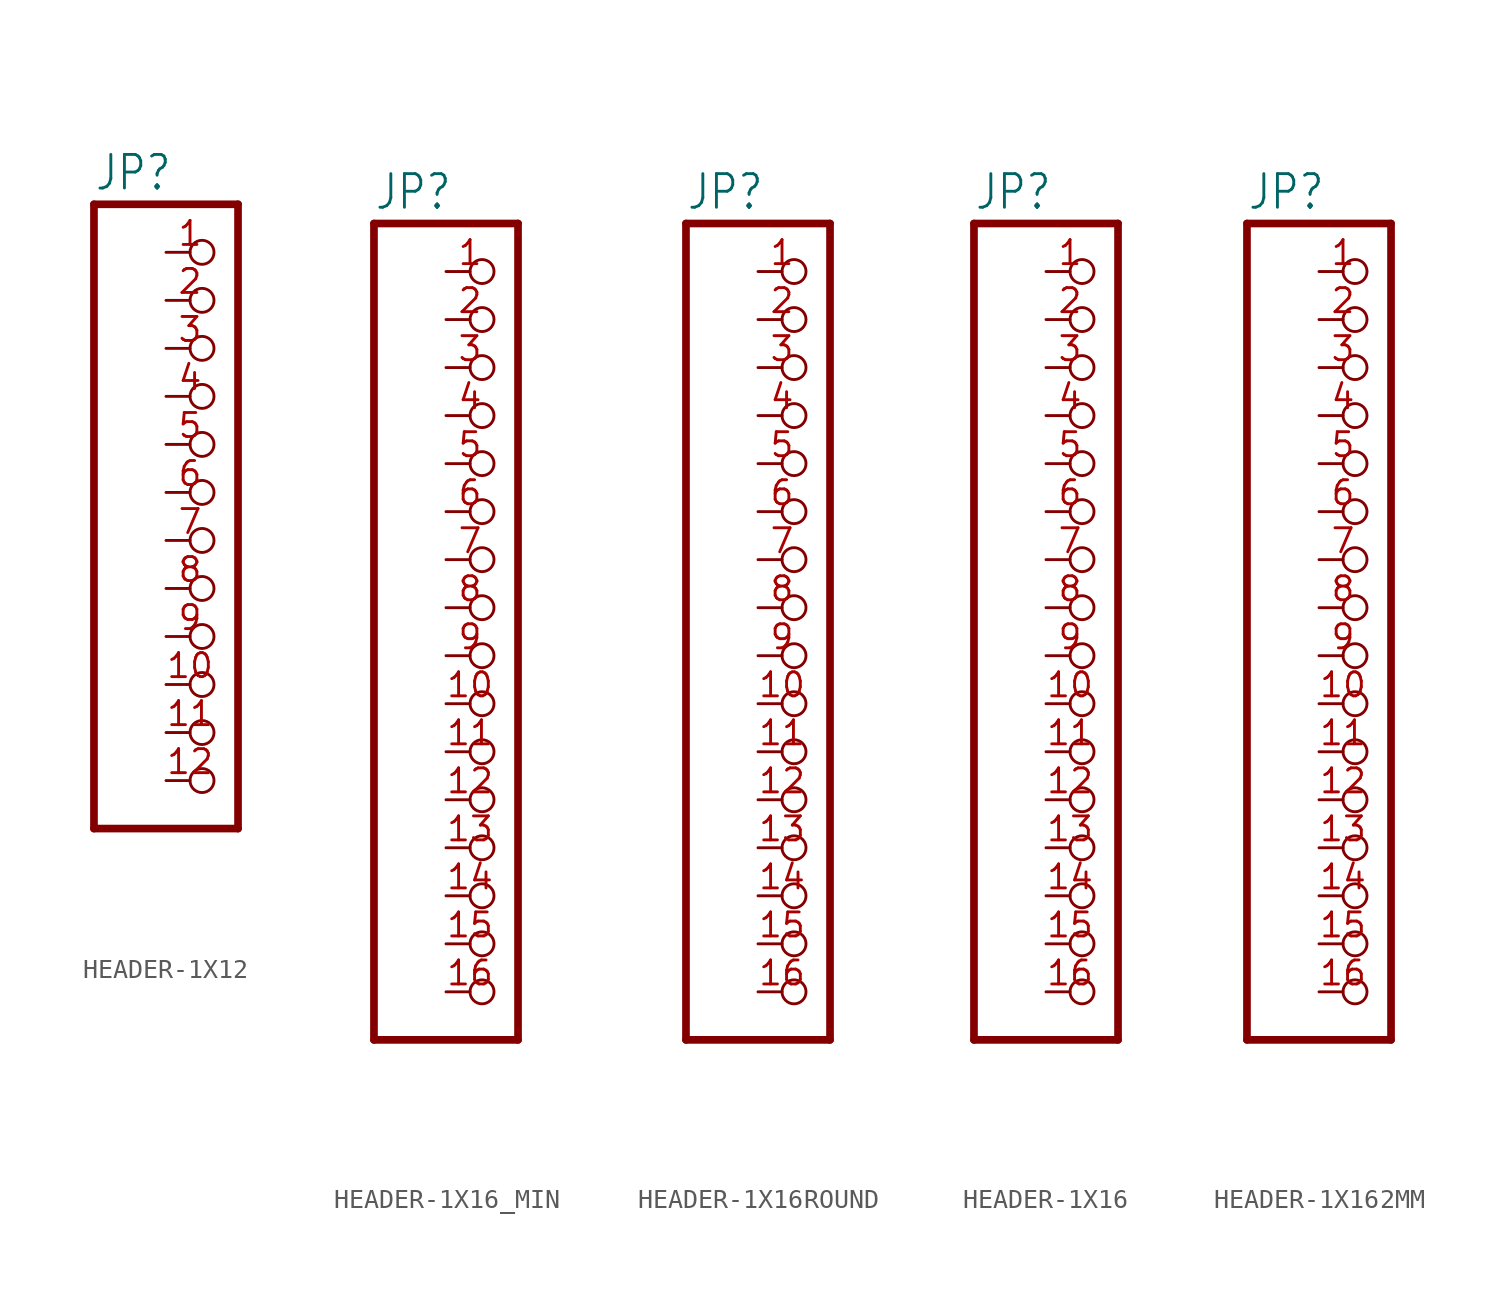
<source format=kicad_sym>
(kicad_symbol_lib
  (version 20231120)
  (generator "kicad_symbol_editor")
  (generator_version "8.0")
  (symbol "HEADER-1X12"
    (property "Reference" "JP"
      (at -6.35 18.415 0)
      (effects (font (size 1.778 1.511)) (justify left bottom)))
    (property "Value" ""
      (at -6.35 -17.78 0)
      (effects (font (size 1.778 1.511)) (justify left bottom)))
    (property "ki_locked" ""
      (at 0 0 0)
      (effects (font (size 1.27 1.27))))
    (symbol "HEADER-1X12_1_0"
      (polyline (pts (xy -6.35 -15.24) (xy 1.27 -15.24)) (stroke (width 0.406) (type solid)) (fill (type none)))
      (polyline (pts (xy -6.35 17.78) (xy -6.35 -15.24)) (stroke (width 0.406) (type solid)) (fill (type none)))
      (polyline (pts (xy 1.27 -15.24) (xy 1.27 17.78)) (stroke (width 0.406) (type solid)) (fill (type none)))
      (polyline (pts (xy 1.27 17.78) (xy -6.35 17.78)) (stroke (width 0.406) (type solid)) (fill (type none)))
      (pin passive inverted (at -2.54 15.24 0) (length 2.54) (name "1" (effects (font (size 0 0)))) (number "1" (effects (font (size 1.27 1.27)))))
      (pin passive inverted (at -2.54 -7.62 0) (length 2.54) (name "10" (effects (font (size 0 0)))) (number "10" (effects (font (size 1.27 1.27)))))
      (pin passive inverted (at -2.54 -10.16 0) (length 2.54) (name "11" (effects (font (size 0 0)))) (number "11" (effects (font (size 1.27 1.27)))))
      (pin passive inverted (at -2.54 -12.7 0) (length 2.54) (name "12" (effects (font (size 0 0)))) (number "12" (effects (font (size 1.27 1.27)))))
      (pin passive inverted (at -2.54 12.7 0) (length 2.54) (name "2" (effects (font (size 0 0)))) (number "2" (effects (font (size 1.27 1.27)))))
      (pin passive inverted (at -2.54 10.16 0) (length 2.54) (name "3" (effects (font (size 0 0)))) (number "3" (effects (font (size 1.27 1.27)))))
      (pin passive inverted (at -2.54 7.62 0) (length 2.54) (name "4" (effects (font (size 0 0)))) (number "4" (effects (font (size 1.27 1.27)))))
      (pin passive inverted (at -2.54 5.08 0) (length 2.54) (name "5" (effects (font (size 0 0)))) (number "5" (effects (font (size 1.27 1.27)))))
      (pin passive inverted (at -2.54 2.54 0) (length 2.54) (name "6" (effects (font (size 0 0)))) (number "6" (effects (font (size 1.27 1.27)))))
      (pin passive inverted (at -2.54 0 0) (length 2.54) (name "7" (effects (font (size 0 0)))) (number "7" (effects (font (size 1.27 1.27)))))
      (pin passive inverted (at -2.54 -2.54 0) (length 2.54) (name "8" (effects (font (size 0 0)))) (number "8" (effects (font (size 1.27 1.27)))))
      (pin passive inverted (at -2.54 -5.08 0) (length 2.54) (name "9" (effects (font (size 0 0)))) (number "9" (effects (font (size 1.27 1.27)))))))
  (symbol "HEADER-1X16_MIN"
    (property "Reference" "JP"
      (at -6.35 20.955 0)
      (effects (font (size 1.778 1.511)) (justify left bottom)))
    (property "Value" ""
      (at -6.35 -25.4 0)
      (effects (font (size 1.778 1.511)) (justify left bottom)))
    (property "ki_locked" ""
      (at 0 0 0)
      (effects (font (size 1.27 1.27))))
    (symbol "HEADER-1X16_MIN_1_0"
      (polyline (pts (xy -6.35 -22.86) (xy 1.27 -22.86)) (stroke (width 0.406) (type solid)) (fill (type none)))
      (polyline (pts (xy -6.35 20.32) (xy -6.35 -22.86)) (stroke (width 0.406) (type solid)) (fill (type none)))
      (polyline (pts (xy 1.27 -22.86) (xy 1.27 20.32)) (stroke (width 0.406) (type solid)) (fill (type none)))
      (polyline (pts (xy 1.27 20.32) (xy -6.35 20.32)) (stroke (width 0.406) (type solid)) (fill (type none)))
      (pin passive inverted (at -2.54 17.78 0) (length 2.54) (name "1" (effects (font (size 0 0)))) (number "1" (effects (font (size 1.27 1.27)))))
      (pin passive inverted (at -2.54 -5.08 0) (length 2.54) (name "10" (effects (font (size 0 0)))) (number "10" (effects (font (size 1.27 1.27)))))
      (pin passive inverted (at -2.54 -7.62 0) (length 2.54) (name "11" (effects (font (size 0 0)))) (number "11" (effects (font (size 1.27 1.27)))))
      (pin passive inverted (at -2.54 -10.16 0) (length 2.54) (name "12" (effects (font (size 0 0)))) (number "12" (effects (font (size 1.27 1.27)))))
      (pin passive inverted (at -2.54 -12.7 0) (length 2.54) (name "13" (effects (font (size 0 0)))) (number "13" (effects (font (size 1.27 1.27)))))
      (pin passive inverted (at -2.54 -15.24 0) (length 2.54) (name "14" (effects (font (size 0 0)))) (number "14" (effects (font (size 1.27 1.27)))))
      (pin passive inverted (at -2.54 -17.78 0) (length 2.54) (name "15" (effects (font (size 0 0)))) (number "15" (effects (font (size 1.27 1.27)))))
      (pin passive inverted (at -2.54 -20.32 0) (length 2.54) (name "16" (effects (font (size 0 0)))) (number "16" (effects (font (size 1.27 1.27)))))
      (pin passive inverted (at -2.54 15.24 0) (length 2.54) (name "2" (effects (font (size 0 0)))) (number "2" (effects (font (size 1.27 1.27)))))
      (pin passive inverted (at -2.54 12.7 0) (length 2.54) (name "3" (effects (font (size 0 0)))) (number "3" (effects (font (size 1.27 1.27)))))
      (pin passive inverted (at -2.54 10.16 0) (length 2.54) (name "4" (effects (font (size 0 0)))) (number "4" (effects (font (size 1.27 1.27)))))
      (pin passive inverted (at -2.54 7.62 0) (length 2.54) (name "5" (effects (font (size 0 0)))) (number "5" (effects (font (size 1.27 1.27)))))
      (pin passive inverted (at -2.54 5.08 0) (length 2.54) (name "6" (effects (font (size 0 0)))) (number "6" (effects (font (size 1.27 1.27)))))
      (pin passive inverted (at -2.54 2.54 0) (length 2.54) (name "7" (effects (font (size 0 0)))) (number "7" (effects (font (size 1.27 1.27)))))
      (pin passive inverted (at -2.54 0 0) (length 2.54) (name "8" (effects (font (size 0 0)))) (number "8" (effects (font (size 1.27 1.27)))))
      (pin passive inverted (at -2.54 -2.54 0) (length 2.54) (name "9" (effects (font (size 0 0)))) (number "9" (effects (font (size 1.27 1.27)))))))
  (symbol "HEADER-1X16ROUND"
    (property "Reference" "JP"
      (at -6.35 20.955 0)
      (effects (font (size 1.778 1.511)) (justify left bottom)))
    (property "Value" ""
      (at -6.35 -25.4 0)
      (effects (font (size 1.778 1.511)) (justify left bottom)))
    (property "ki_locked" ""
      (at 0 0 0)
      (effects (font (size 1.27 1.27))))
    (symbol "HEADER-1X16ROUND_1_0"
      (polyline (pts (xy -6.35 -22.86) (xy 1.27 -22.86)) (stroke (width 0.406) (type solid)) (fill (type none)))
      (polyline (pts (xy -6.35 20.32) (xy -6.35 -22.86)) (stroke (width 0.406) (type solid)) (fill (type none)))
      (polyline (pts (xy 1.27 -22.86) (xy 1.27 20.32)) (stroke (width 0.406) (type solid)) (fill (type none)))
      (polyline (pts (xy 1.27 20.32) (xy -6.35 20.32)) (stroke (width 0.406) (type solid)) (fill (type none)))
      (pin passive inverted (at -2.54 17.78 0) (length 2.54) (name "1" (effects (font (size 0 0)))) (number "1" (effects (font (size 1.27 1.27)))))
      (pin passive inverted (at -2.54 -5.08 0) (length 2.54) (name "10" (effects (font (size 0 0)))) (number "10" (effects (font (size 1.27 1.27)))))
      (pin passive inverted (at -2.54 -7.62 0) (length 2.54) (name "11" (effects (font (size 0 0)))) (number "11" (effects (font (size 1.27 1.27)))))
      (pin passive inverted (at -2.54 -10.16 0) (length 2.54) (name "12" (effects (font (size 0 0)))) (number "12" (effects (font (size 1.27 1.27)))))
      (pin passive inverted (at -2.54 -12.7 0) (length 2.54) (name "13" (effects (font (size 0 0)))) (number "13" (effects (font (size 1.27 1.27)))))
      (pin passive inverted (at -2.54 -15.24 0) (length 2.54) (name "14" (effects (font (size 0 0)))) (number "14" (effects (font (size 1.27 1.27)))))
      (pin passive inverted (at -2.54 -17.78 0) (length 2.54) (name "15" (effects (font (size 0 0)))) (number "15" (effects (font (size 1.27 1.27)))))
      (pin passive inverted (at -2.54 -20.32 0) (length 2.54) (name "16" (effects (font (size 0 0)))) (number "16" (effects (font (size 1.27 1.27)))))
      (pin passive inverted (at -2.54 15.24 0) (length 2.54) (name "2" (effects (font (size 0 0)))) (number "2" (effects (font (size 1.27 1.27)))))
      (pin passive inverted (at -2.54 12.7 0) (length 2.54) (name "3" (effects (font (size 0 0)))) (number "3" (effects (font (size 1.27 1.27)))))
      (pin passive inverted (at -2.54 10.16 0) (length 2.54) (name "4" (effects (font (size 0 0)))) (number "4" (effects (font (size 1.27 1.27)))))
      (pin passive inverted (at -2.54 7.62 0) (length 2.54) (name "5" (effects (font (size 0 0)))) (number "5" (effects (font (size 1.27 1.27)))))
      (pin passive inverted (at -2.54 5.08 0) (length 2.54) (name "6" (effects (font (size 0 0)))) (number "6" (effects (font (size 1.27 1.27)))))
      (pin passive inverted (at -2.54 2.54 0) (length 2.54) (name "7" (effects (font (size 0 0)))) (number "7" (effects (font (size 1.27 1.27)))))
      (pin passive inverted (at -2.54 0 0) (length 2.54) (name "8" (effects (font (size 0 0)))) (number "8" (effects (font (size 1.27 1.27)))))
      (pin passive inverted (at -2.54 -2.54 0) (length 2.54) (name "9" (effects (font (size 0 0)))) (number "9" (effects (font (size 1.27 1.27)))))))
  (symbol "HEADER-1X16"
    (property "Reference" "JP"
      (at -6.35 20.955 0)
      (effects (font (size 1.778 1.511)) (justify left bottom)))
    (property "Value" ""
      (at -6.35 -25.4 0)
      (effects (font (size 1.778 1.511)) (justify left bottom)))
    (property "ki_locked" ""
      (at 0 0 0)
      (effects (font (size 1.27 1.27))))
    (symbol "HEADER-1X16_1_0"
      (polyline (pts (xy -6.35 -22.86) (xy 1.27 -22.86)) (stroke (width 0.406) (type solid)) (fill (type none)))
      (polyline (pts (xy -6.35 20.32) (xy -6.35 -22.86)) (stroke (width 0.406) (type solid)) (fill (type none)))
      (polyline (pts (xy 1.27 -22.86) (xy 1.27 20.32)) (stroke (width 0.406) (type solid)) (fill (type none)))
      (polyline (pts (xy 1.27 20.32) (xy -6.35 20.32)) (stroke (width 0.406) (type solid)) (fill (type none)))
      (pin passive inverted (at -2.54 17.78 0) (length 2.54) (name "1" (effects (font (size 0 0)))) (number "1" (effects (font (size 1.27 1.27)))))
      (pin passive inverted (at -2.54 -5.08 0) (length 2.54) (name "10" (effects (font (size 0 0)))) (number "10" (effects (font (size 1.27 1.27)))))
      (pin passive inverted (at -2.54 -7.62 0) (length 2.54) (name "11" (effects (font (size 0 0)))) (number "11" (effects (font (size 1.27 1.27)))))
      (pin passive inverted (at -2.54 -10.16 0) (length 2.54) (name "12" (effects (font (size 0 0)))) (number "12" (effects (font (size 1.27 1.27)))))
      (pin passive inverted (at -2.54 -12.7 0) (length 2.54) (name "13" (effects (font (size 0 0)))) (number "13" (effects (font (size 1.27 1.27)))))
      (pin passive inverted (at -2.54 -15.24 0) (length 2.54) (name "14" (effects (font (size 0 0)))) (number "14" (effects (font (size 1.27 1.27)))))
      (pin passive inverted (at -2.54 -17.78 0) (length 2.54) (name "15" (effects (font (size 0 0)))) (number "15" (effects (font (size 1.27 1.27)))))
      (pin passive inverted (at -2.54 -20.32 0) (length 2.54) (name "16" (effects (font (size 0 0)))) (number "16" (effects (font (size 1.27 1.27)))))
      (pin passive inverted (at -2.54 15.24 0) (length 2.54) (name "2" (effects (font (size 0 0)))) (number "2" (effects (font (size 1.27 1.27)))))
      (pin passive inverted (at -2.54 12.7 0) (length 2.54) (name "3" (effects (font (size 0 0)))) (number "3" (effects (font (size 1.27 1.27)))))
      (pin passive inverted (at -2.54 10.16 0) (length 2.54) (name "4" (effects (font (size 0 0)))) (number "4" (effects (font (size 1.27 1.27)))))
      (pin passive inverted (at -2.54 7.62 0) (length 2.54) (name "5" (effects (font (size 0 0)))) (number "5" (effects (font (size 1.27 1.27)))))
      (pin passive inverted (at -2.54 5.08 0) (length 2.54) (name "6" (effects (font (size 0 0)))) (number "6" (effects (font (size 1.27 1.27)))))
      (pin passive inverted (at -2.54 2.54 0) (length 2.54) (name "7" (effects (font (size 0 0)))) (number "7" (effects (font (size 1.27 1.27)))))
      (pin passive inverted (at -2.54 0 0) (length 2.54) (name "8" (effects (font (size 0 0)))) (number "8" (effects (font (size 1.27 1.27)))))
      (pin passive inverted (at -2.54 -2.54 0) (length 2.54) (name "9" (effects (font (size 0 0)))) (number "9" (effects (font (size 1.27 1.27)))))))
  (symbol "HEADER-1X162MM"
    (property "Reference" "JP"
      (at -6.35 20.955 0)
      (effects (font (size 1.778 1.511)) (justify left bottom)))
    (property "Value" ""
      (at -6.35 -25.4 0)
      (effects (font (size 1.778 1.511)) (justify left bottom)))
    (property "ki_locked" ""
      (at 0 0 0)
      (effects (font (size 1.27 1.27))))
    (symbol "HEADER-1X162MM_1_0"
      (polyline (pts (xy -6.35 -22.86) (xy 1.27 -22.86)) (stroke (width 0.406) (type solid)) (fill (type none)))
      (polyline (pts (xy -6.35 20.32) (xy -6.35 -22.86)) (stroke (width 0.406) (type solid)) (fill (type none)))
      (polyline (pts (xy 1.27 -22.86) (xy 1.27 20.32)) (stroke (width 0.406) (type solid)) (fill (type none)))
      (polyline (pts (xy 1.27 20.32) (xy -6.35 20.32)) (stroke (width 0.406) (type solid)) (fill (type none)))
      (pin passive inverted (at -2.54 17.78 0) (length 2.54) (name "1" (effects (font (size 0 0)))) (number "1" (effects (font (size 1.27 1.27)))))
      (pin passive inverted (at -2.54 -5.08 0) (length 2.54) (name "10" (effects (font (size 0 0)))) (number "10" (effects (font (size 1.27 1.27)))))
      (pin passive inverted (at -2.54 -7.62 0) (length 2.54) (name "11" (effects (font (size 0 0)))) (number "11" (effects (font (size 1.27 1.27)))))
      (pin passive inverted (at -2.54 -10.16 0) (length 2.54) (name "12" (effects (font (size 0 0)))) (number "12" (effects (font (size 1.27 1.27)))))
      (pin passive inverted (at -2.54 -12.7 0) (length 2.54) (name "13" (effects (font (size 0 0)))) (number "13" (effects (font (size 1.27 1.27)))))
      (pin passive inverted (at -2.54 -15.24 0) (length 2.54) (name "14" (effects (font (size 0 0)))) (number "14" (effects (font (size 1.27 1.27)))))
      (pin passive inverted (at -2.54 -17.78 0) (length 2.54) (name "15" (effects (font (size 0 0)))) (number "15" (effects (font (size 1.27 1.27)))))
      (pin passive inverted (at -2.54 -20.32 0) (length 2.54) (name "16" (effects (font (size 0 0)))) (number "16" (effects (font (size 1.27 1.27)))))
      (pin passive inverted (at -2.54 15.24 0) (length 2.54) (name "2" (effects (font (size 0 0)))) (number "2" (effects (font (size 1.27 1.27)))))
      (pin passive inverted (at -2.54 12.7 0) (length 2.54) (name "3" (effects (font (size 0 0)))) (number "3" (effects (font (size 1.27 1.27)))))
      (pin passive inverted (at -2.54 10.16 0) (length 2.54) (name "4" (effects (font (size 0 0)))) (number "4" (effects (font (size 1.27 1.27)))))
      (pin passive inverted (at -2.54 7.62 0) (length 2.54) (name "5" (effects (font (size 0 0)))) (number "5" (effects (font (size 1.27 1.27)))))
      (pin passive inverted (at -2.54 5.08 0) (length 2.54) (name "6" (effects (font (size 0 0)))) (number "6" (effects (font (size 1.27 1.27)))))
      (pin passive inverted (at -2.54 2.54 0) (length 2.54) (name "7" (effects (font (size 0 0)))) (number "7" (effects (font (size 1.27 1.27)))))
      (pin passive inverted (at -2.54 0 0) (length 2.54) (name "8" (effects (font (size 0 0)))) (number "8" (effects (font (size 1.27 1.27)))))
      (pin passive inverted (at -2.54 -2.54 0) (length 2.54) (name "9" (effects (font (size 0 0)))) (number "9" (effects (font (size 1.27 1.27))))))))
</source>
